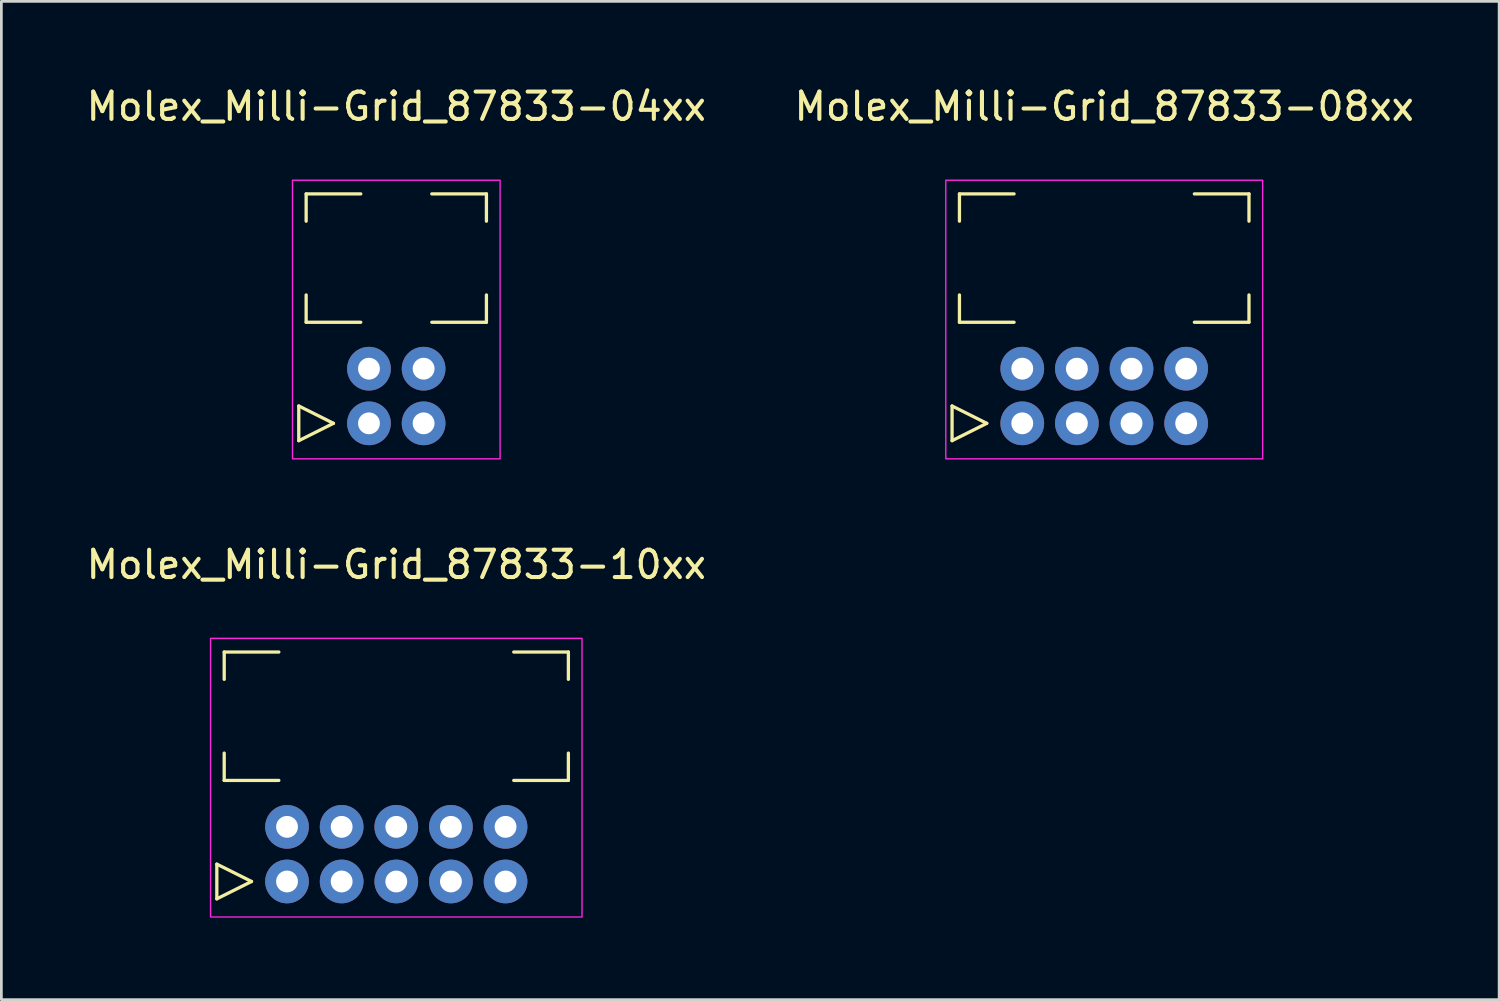
<source format=kicad_pcb>
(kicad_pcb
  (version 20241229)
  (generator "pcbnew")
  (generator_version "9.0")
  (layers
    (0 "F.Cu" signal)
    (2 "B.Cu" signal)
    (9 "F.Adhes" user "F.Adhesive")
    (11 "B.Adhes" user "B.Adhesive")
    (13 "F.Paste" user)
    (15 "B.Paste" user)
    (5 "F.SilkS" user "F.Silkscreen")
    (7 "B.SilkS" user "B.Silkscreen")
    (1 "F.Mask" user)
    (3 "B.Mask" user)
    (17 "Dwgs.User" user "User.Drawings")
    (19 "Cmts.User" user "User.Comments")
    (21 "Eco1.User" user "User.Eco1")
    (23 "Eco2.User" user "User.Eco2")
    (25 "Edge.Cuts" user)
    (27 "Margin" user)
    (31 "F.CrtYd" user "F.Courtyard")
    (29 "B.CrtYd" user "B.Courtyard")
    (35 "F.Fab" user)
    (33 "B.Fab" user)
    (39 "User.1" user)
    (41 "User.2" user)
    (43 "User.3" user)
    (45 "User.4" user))
  (footprint "Molex_Milli-Grid_87833-04xx"
    (layer "F.Cu")
    (at 11.458 8.748)
    (property "Reference" "Molex_Milli-Grid_87833-04xx" (at 0 -7.9 0) (unlocked yes) (layer "F.SilkS") (effects (font (size 1 1) (thickness 0.15))))
    (attr through_hole)
    (fp_line (start -3.57 3.065) (end -3.57 4.335) (stroke (width 0.12) (type solid)) (layer "F.SilkS"))
    (fp_line (start -3.57 4.335) (end -2.3 3.7) (stroke (width 0.12) (type solid)) (layer "F.SilkS"))
    (fp_line (start -3.3 -4.7) (end -1.3 -4.7) (stroke (width 0.12) (type solid)) (layer "F.SilkS"))
    (fp_line (start -3.3 -3.7) (end -3.3 -4.7) (stroke (width 0.12) (type solid)) (layer "F.SilkS"))
    (fp_line (start -3.3 -1) (end -3.3 0) (stroke (width 0.12) (type solid)) (layer "F.SilkS"))
    (fp_line (start -3.3 0) (end -1.3 0) (stroke (width 0.12) (type solid)) (layer "F.SilkS"))
    (fp_line (start -2.3 3.7) (end -3.57 3.065) (stroke (width 0.12) (type solid)) (layer "F.SilkS"))
    (fp_line (start 3.3 -4.7) (end 1.3 -4.7) (stroke (width 0.12) (type solid)) (layer "F.SilkS"))
    (fp_line (start 3.3 -3.7) (end 3.3 -4.7) (stroke (width 0.12) (type solid)) (layer "F.SilkS"))
    (fp_line (start 3.3 -1) (end 3.3 0) (stroke (width 0.12) (type solid)) (layer "F.SilkS"))
    (fp_line (start 3.3 0) (end 1.3 0) (stroke (width 0.12) (type solid)) (layer "F.SilkS"))
    (fp_rect (start -3.8 5) (end 3.8 -5.2) (stroke (width 0.05) (type solid)) (fill no) (layer "F.CrtYd"))
    (pad "1" thru_hole circle (at -1 3.7) (size 1.6 1.6) (drill 0.8) (layers "*.Cu" "*.Mask"))
    (pad "2" thru_hole circle (at -1 1.7) (size 1.6 1.6) (drill 0.8) (layers "*.Cu" "*.Mask"))
    (pad "3" thru_hole circle (at 1 3.7) (size 1.6 1.6) (drill 0.8) (layers "*.Cu" "*.Mask"))
    (pad "4" thru_hole circle (at 1 1.7) (size 1.6 1.6) (drill 0.8) (layers "*.Cu" "*.Mask")))
  (footprint "Molex_Milli-Grid_87833-08xx"
    (layer "F.Cu")
    (at 37.375 8.748)
    (property "Reference" "Molex_Milli-Grid_87833-08xx" (at 0 -7.9 0) (unlocked yes) (layer "F.SilkS") (effects (font (size 1 1) (thickness 0.15))))
    (attr through_hole)
    (fp_line (start -5.57 3.065) (end -5.57 4.335) (stroke (width 0.12) (type solid)) (layer "F.SilkS"))
    (fp_line (start -5.57 4.335) (end -4.3 3.7) (stroke (width 0.12) (type solid)) (layer "F.SilkS"))
    (fp_line (start -5.3 -4.7) (end -3.3 -4.7) (stroke (width 0.12) (type solid)) (layer "F.SilkS"))
    (fp_line (start -5.3 -3.7) (end -5.3 -4.7) (stroke (width 0.12) (type solid)) (layer "F.SilkS"))
    (fp_line (start -5.3 -1) (end -5.3 0) (stroke (width 0.12) (type solid)) (layer "F.SilkS"))
    (fp_line (start -5.3 0) (end -3.3 0) (stroke (width 0.12) (type solid)) (layer "F.SilkS"))
    (fp_line (start -4.3 3.7) (end -5.57 3.065) (stroke (width 0.12) (type solid)) (layer "F.SilkS"))
    (fp_line (start 5.3 -4.7) (end 3.3 -4.7) (stroke (width 0.12) (type solid)) (layer "F.SilkS"))
    (fp_line (start 5.3 -3.7) (end 5.3 -4.7) (stroke (width 0.12) (type solid)) (layer "F.SilkS"))
    (fp_line (start 5.3 -1) (end 5.3 0) (stroke (width 0.12) (type solid)) (layer "F.SilkS"))
    (fp_line (start 5.3 0) (end 3.3 0) (stroke (width 0.12) (type solid)) (layer "F.SilkS"))
    (fp_rect (start -5.8 5) (end 5.8 -5.2) (stroke (width 0.05) (type solid)) (fill no) (layer "F.CrtYd"))
    (pad "1" thru_hole circle (at -3 3.7) (size 1.6 1.6) (drill 0.8) (layers "*.Cu" "*.Mask"))
    (pad "2" thru_hole circle (at -3 1.7) (size 1.6 1.6) (drill 0.8) (layers "*.Cu" "*.Mask"))
    (pad "3" thru_hole circle (at -1 3.7) (size 1.6 1.6) (drill 0.8) (layers "*.Cu" "*.Mask"))
    (pad "4" thru_hole circle (at -1 1.7) (size 1.6 1.6) (drill 0.8) (layers "*.Cu" "*.Mask"))
    (pad "5" thru_hole circle (at 1 3.7) (size 1.6 1.6) (drill 0.8) (layers "*.Cu" "*.Mask"))
    (pad "6" thru_hole circle (at 1 1.7) (size 1.6 1.6) (drill 0.8) (layers "*.Cu" "*.Mask"))
    (pad "7" thru_hole circle (at 3 3.7) (size 1.6 1.6) (drill 0.8) (layers "*.Cu" "*.Mask"))
    (pad "8" thru_hole circle (at 3 1.7) (size 1.6 1.6) (drill 0.8) (layers "*.Cu" "*.Mask")))
  (footprint "Molex_Milli-Grid_87833-10xx"
    (layer "F.Cu")
    (at 11.458 25.521)
    (property "Reference" "Molex_Milli-Grid_87833-10xx" (at 0 -7.9 0) (unlocked yes) (layer "F.SilkS") (effects (font (size 1 1) (thickness 0.15))))
    (attr through_hole)
    (fp_line (start -6.57 3.065) (end -6.57 4.335) (stroke (width 0.12) (type solid)) (layer "F.SilkS"))
    (fp_line (start -6.57 4.335) (end -5.3 3.7) (stroke (width 0.12) (type solid)) (layer "F.SilkS"))
    (fp_line (start -6.3 -4.7) (end -4.3 -4.7) (stroke (width 0.12) (type solid)) (layer "F.SilkS"))
    (fp_line (start -6.3 -3.7) (end -6.3 -4.7) (stroke (width 0.12) (type solid)) (layer "F.SilkS"))
    (fp_line (start -6.3 -1) (end -6.3 0) (stroke (width 0.12) (type solid)) (layer "F.SilkS"))
    (fp_line (start -6.3 0) (end -4.3 0) (stroke (width 0.12) (type solid)) (layer "F.SilkS"))
    (fp_line (start -5.3 3.7) (end -6.57 3.065) (stroke (width 0.12) (type solid)) (layer "F.SilkS"))
    (fp_line (start 6.3 -4.7) (end 4.3 -4.7) (stroke (width 0.12) (type solid)) (layer "F.SilkS"))
    (fp_line (start 6.3 -3.7) (end 6.3 -4.7) (stroke (width 0.12) (type solid)) (layer "F.SilkS"))
    (fp_line (start 6.3 -1) (end 6.3 0) (stroke (width 0.12) (type solid)) (layer "F.SilkS"))
    (fp_line (start 6.3 0) (end 4.3 0) (stroke (width 0.12) (type solid)) (layer "F.SilkS"))
    (fp_rect (start -6.8 5) (end 6.8 -5.2) (stroke (width 0.05) (type solid)) (fill no) (layer "F.CrtYd"))
    (pad "1" thru_hole circle (at -4 3.7) (size 1.6 1.6) (drill 0.8) (layers "*.Cu" "*.Mask"))
    (pad "2" thru_hole circle (at -4 1.7) (size 1.6 1.6) (drill 0.8) (layers "*.Cu" "*.Mask"))
    (pad "3" thru_hole circle (at -2 3.7) (size 1.6 1.6) (drill 0.8) (layers "*.Cu" "*.Mask"))
    (pad "4" thru_hole circle (at -2 1.7) (size 1.6 1.6) (drill 0.8) (layers "*.Cu" "*.Mask"))
    (pad "5" thru_hole circle (at 0 3.7) (size 1.6 1.6) (drill 0.8) (layers "*.Cu" "*.Mask"))
    (pad "6" thru_hole circle (at 0 1.7) (size 1.6 1.6) (drill 0.8) (layers "*.Cu" "*.Mask"))
    (pad "7" thru_hole circle (at 2 3.7) (size 1.6 1.6) (drill 0.8) (layers "*.Cu" "*.Mask"))
    (pad "8" thru_hole circle (at 2 1.7) (size 1.6 1.6) (drill 0.8) (layers "*.Cu" "*.Mask"))
    (pad "9" thru_hole circle (at 4 3.7) (size 1.6 1.6) (drill 0.8) (layers "*.Cu" "*.Mask"))
    (pad "10" thru_hole circle (at 4 1.7) (size 1.6 1.6) (drill 0.8) (layers "*.Cu" "*.Mask")))
  (gr_rect
    (start -3 -3)
    (end 51.833 33.547)
    (stroke (width 0.1) (type default))
    (fill no)
    (layer "Edge.Cuts")))
</source>
